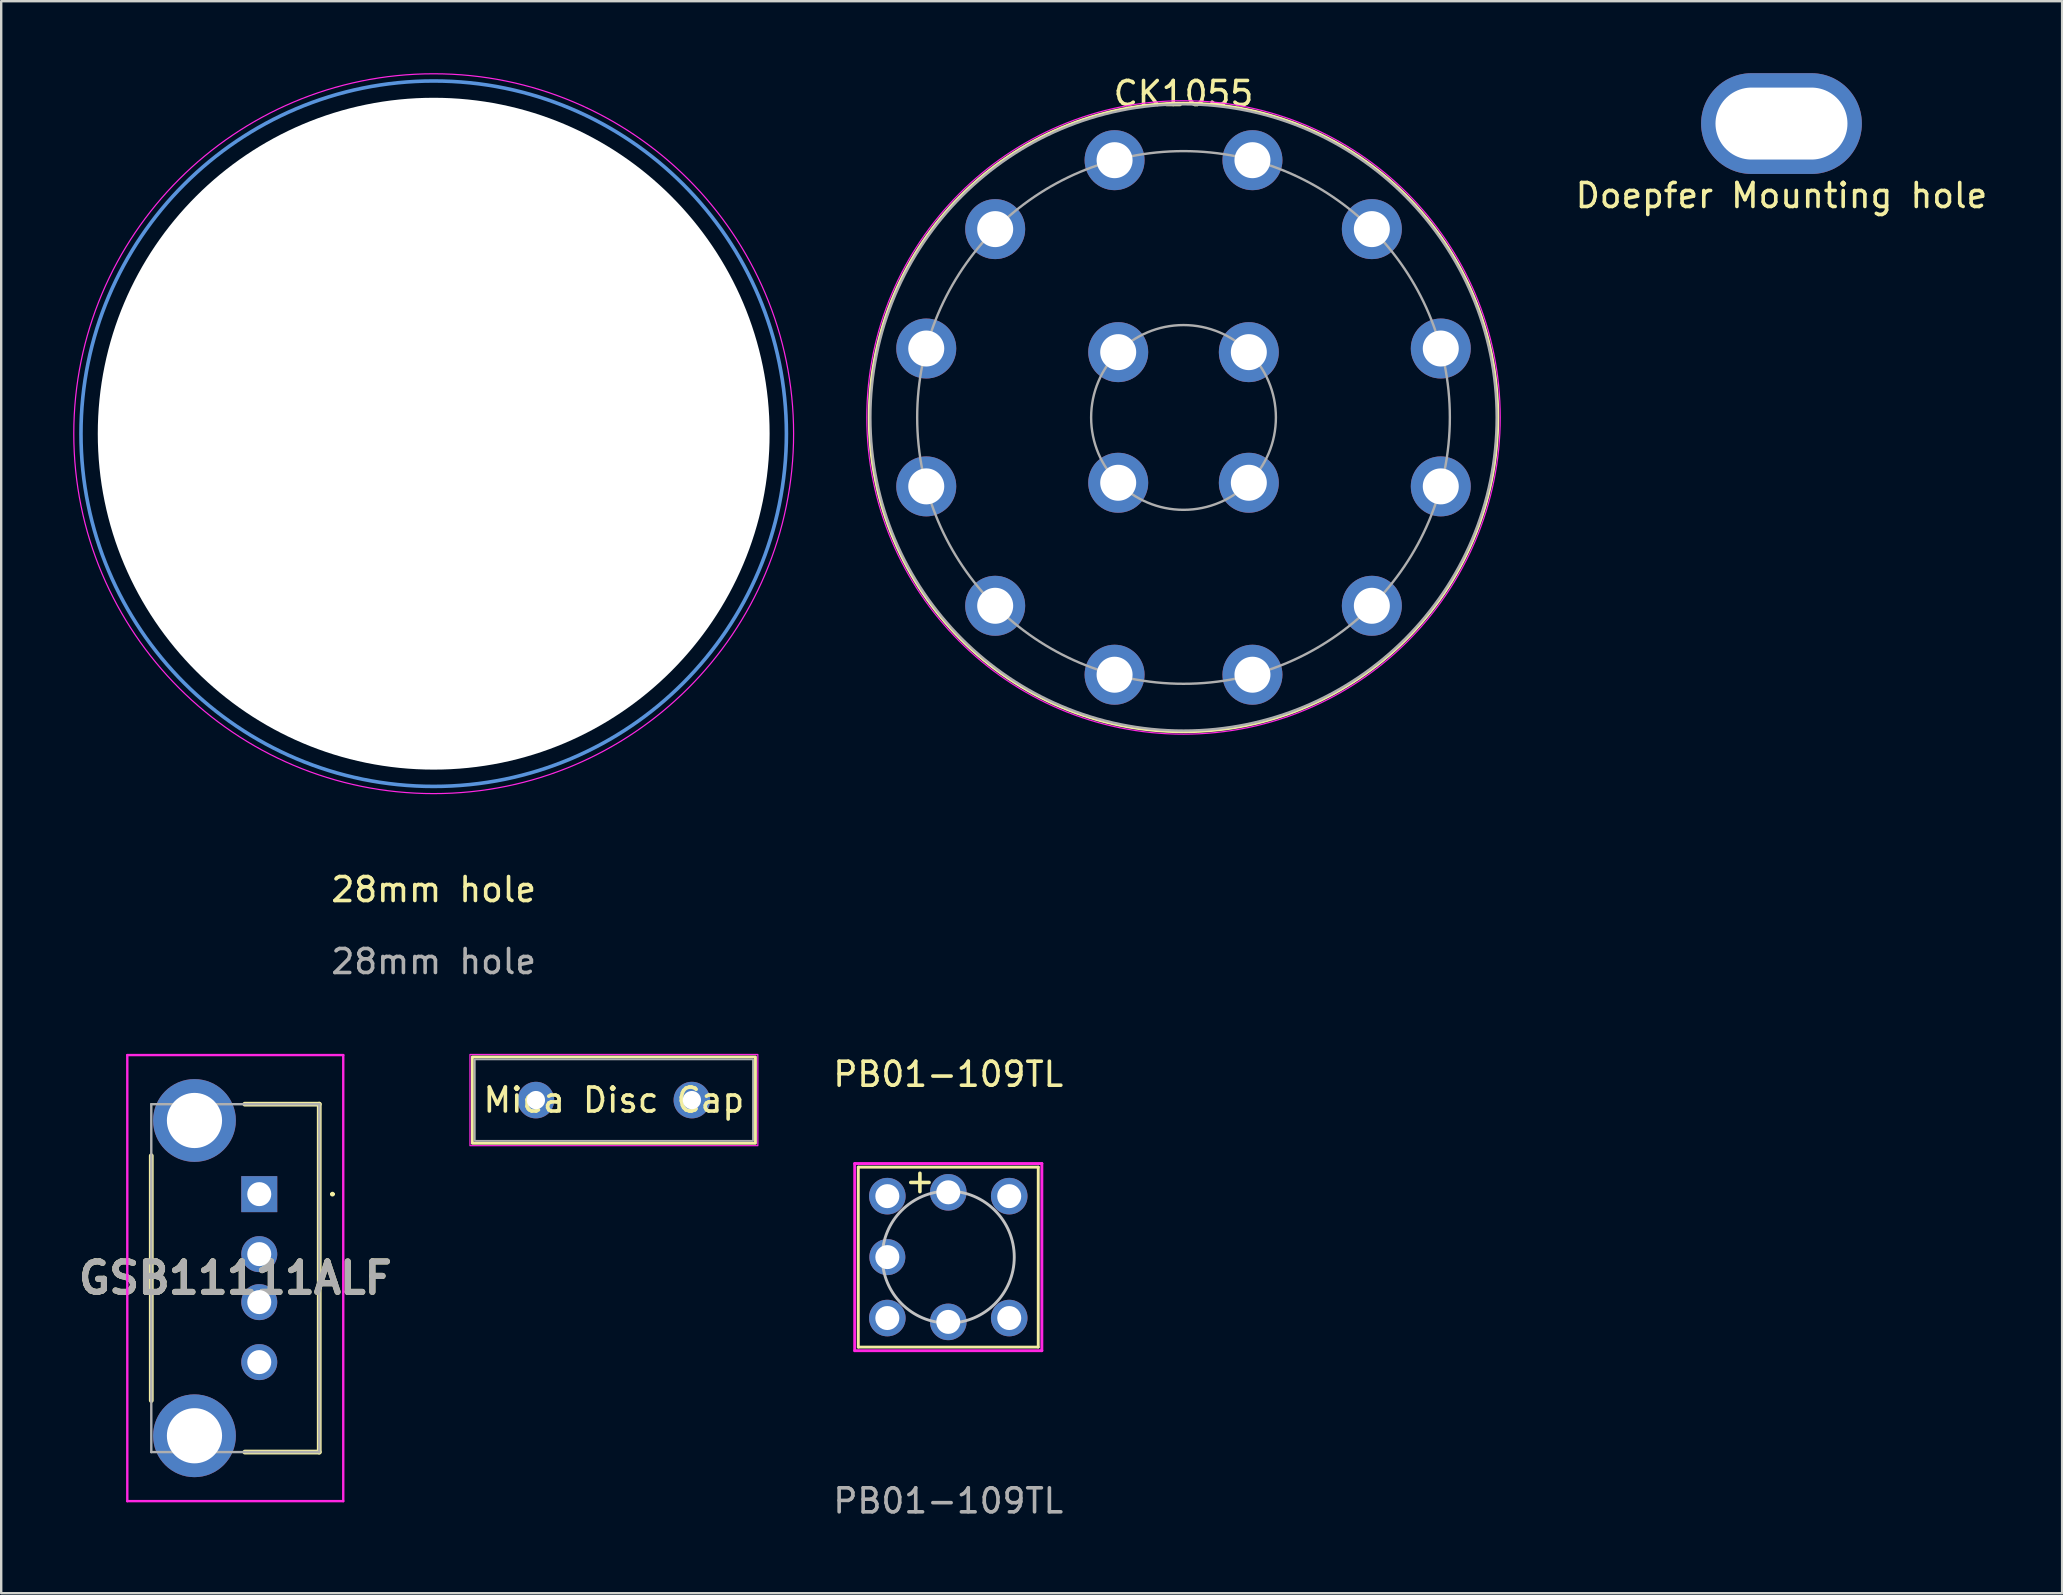
<source format=kicad_pcb>
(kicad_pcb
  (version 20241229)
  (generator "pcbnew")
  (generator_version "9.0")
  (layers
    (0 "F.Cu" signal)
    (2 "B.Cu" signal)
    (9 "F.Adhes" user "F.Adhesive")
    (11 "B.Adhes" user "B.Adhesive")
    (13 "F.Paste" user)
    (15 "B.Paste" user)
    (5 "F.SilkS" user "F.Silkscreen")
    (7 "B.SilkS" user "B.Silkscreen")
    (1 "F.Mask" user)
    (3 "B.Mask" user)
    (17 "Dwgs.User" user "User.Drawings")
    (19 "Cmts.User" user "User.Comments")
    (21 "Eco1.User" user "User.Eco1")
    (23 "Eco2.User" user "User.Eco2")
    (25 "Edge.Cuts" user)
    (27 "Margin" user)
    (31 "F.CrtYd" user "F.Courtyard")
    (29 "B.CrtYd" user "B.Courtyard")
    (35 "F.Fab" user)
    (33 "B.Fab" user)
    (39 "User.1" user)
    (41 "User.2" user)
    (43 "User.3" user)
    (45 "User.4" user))
  (footprint "28mm hole"
    (layer "F.Cu")
    (at 15.025 15.025)
    (property "Reference" "28mm hole" (at 0 19 0) (unlocked yes) (layer "F.SilkS") (effects (font (size 1 1) (thickness 0.15))))
    (attr through_hole)
    (fp_circle (center 0 0) (end 14.7 0) (stroke (width 0.15) (type solid)) (fill no) (layer "Cmts.User"))
    (fp_circle (center 0 0) (end 15 0) (stroke (width 0.05) (type solid)) (fill no) (layer "F.CrtYd"))
    (fp_text user "${REFERENCE}" (at 0 22 0) (unlocked yes) (layer "F.Fab") (effects (font (size 1 1) (thickness 0.15))))
    (pad "" np_thru_hole circle (at 0 0) (size 28 28) (drill 28.5) (layers "*.Cu" "*.Mask")))
  (footprint "Doepfer Mounting hole"
    (layer "F.Cu")
    (at 71.196 2.1)
    (property "Reference" "Doepfer Mounting hole" (at 0 3 0) (layer "F.SilkS") (effects (font (size 1 1) (thickness 0.15))))
    (attr through_hole)
    (pad "1" thru_hole oval (at 0 0) (size 6.7 4.2) (drill oval 5.5 3) (layers "*.Cu" "*.Mask")))
  (footprint "PB01-109TL"
    (layer "F.Cu")
    (at 36.471 49.342)
    (property "Reference" "PB01-109TL" (at 0 -7.62 0) (unlocked yes) (layer "F.SilkS") (effects (font (size 1 1) (thickness 0.15))))
    (attr through_hole)
    (fp_line (start -3.75 -3.75) (end 3.75 -3.75) (stroke (width 0.12) (type solid)) (layer "F.SilkS"))
    (fp_line (start -3.75 3.75) (end -3.75 -3.75) (stroke (width 0.12) (type solid)) (layer "F.SilkS"))
    (fp_line (start -3.75 3.75) (end 3.75 3.75) (stroke (width 0.12) (type solid)) (layer "F.SilkS"))
    (fp_line (start 3.75 3.75) (end 3.75 -3.75) (stroke (width 0.12) (type solid)) (layer "F.SilkS"))
    (fp_circle (center 0 0) (end 2.75 0) (stroke (width 0.12) (type solid)) (fill no) (layer "Dwgs.User"))
    (fp_line (start -3.9 3.9) (end -3.9 -3.9) (stroke (width 0.12) (type solid)) (layer "F.CrtYd"))
    (fp_line (start 3.9 -3.9) (end -3.9 -3.9) (stroke (width 0.12) (type solid)) (layer "F.CrtYd"))
    (fp_line (start 3.9 3.9) (end -3.9 3.9) (stroke (width 0.12) (type solid)) (layer "F.CrtYd"))
    (fp_line (start 3.9 3.9) (end 3.9 -3.9) (stroke (width 0.12) (type solid)) (layer "F.CrtYd"))
    (fp_text user "+" (at -1.9 -2.6 0) (unlocked yes) (layer "F.SilkS") (effects (font (size 1 1) (thickness 0.15)) (justify left bottom)))
    (fp_text user "${REFERENCE}" (at 0 10.16 0) (unlocked yes) (layer "F.Fab") (effects (font (size 1 1) (thickness 0.15))))
    (pad "" np_thru_hole circle (at -2.54 0) (size 1.5 1.5) (drill 1) (layers "*.Cu" "*.Mask"))
    (pad "1" thru_hole circle (at -2.54 2.54) (size 1.524 1.524) (drill 1) (layers "*.Cu" "*.Mask"))
    (pad "2" thru_hole circle (at -2.54 -2.54) (size 1.524 1.524) (drill 1) (layers "*.Cu" "*.Mask"))
    (pad "3" thru_hole circle (at 2.54 2.54) (size 1.524 1.524) (drill 1) (layers "*.Cu" "*.Mask"))
    (pad "4" thru_hole circle (at 2.54 -2.54) (size 1.524 1.524) (drill 1) (layers "*.Cu" "*.Mask"))
    (pad "L1" thru_hole circle (at 0 2.7) (size 1.524 1.524) (drill 1) (layers "*.Cu" "*.Mask"))
    (pad "L2" thru_hole circle (at 0 -2.7) (size 1.524 1.524) (drill 1) (layers "*.Cu" "*.Mask")))
  (footprint "GSB11111ALF"
    (layer "F.Cu")
    (at 7.755 46.718)
    (property "Reference" "GSB11111ALF" (at -1 3.5 0) (layer "F.SilkS") (effects (font (size 1.27 1.27) (thickness 0.254))))
    (attr through_hole)
    (fp_line (start -4.5 -1.6) (end -4.5 8.6) (stroke (width 0.2) (type solid)) (layer "F.SilkS"))
    (fp_line (start -0.6 -3.75) (end 2.5 -3.75) (stroke (width 0.2) (type solid)) (layer "F.SilkS"))
    (fp_line (start 2.5 -3.75) (end 2.5 10.75) (stroke (width 0.2) (type solid)) (layer "F.SilkS"))
    (fp_line (start 2.5 10.75) (end -0.6 10.75) (stroke (width 0.2) (type solid)) (layer "F.SilkS"))
    (fp_line (start 3 0) (end 3 0) (stroke (width 0.1) (type solid)) (layer "F.SilkS"))
    (fp_line (start 3.1 0) (end 3.1 0) (stroke (width 0.1) (type solid)) (layer "F.SilkS"))
    (fp_arc (start 3 0) (mid 3.05 -0.05) (end 3.1 0) (stroke (width 0.1) (type solid)) (layer "F.SilkS"))
    (fp_arc (start 3.1 0) (mid 3.05 0.05) (end 3 0) (stroke (width 0.1) (type solid)) (layer "F.SilkS"))
    (fp_line (start -5.5 -5.795) (end 3.5 -5.795) (stroke (width 0.1) (type solid)) (layer "F.CrtYd"))
    (fp_line (start -5.5 12.795) (end -5.5 -5.795) (stroke (width 0.1) (type solid)) (layer "F.CrtYd"))
    (fp_line (start 3.5 -5.795) (end 3.5 12.795) (stroke (width 0.1) (type solid)) (layer "F.CrtYd"))
    (fp_line (start 3.5 12.795) (end -5.5 12.795) (stroke (width 0.1) (type solid)) (layer "F.CrtYd"))
    (fp_line (start -4.5 -3.75) (end 2.5 -3.75) (stroke (width 0.1) (type solid)) (layer "F.Fab"))
    (fp_line (start -4.5 10.75) (end -4.5 -3.75) (stroke (width 0.1) (type solid)) (layer "F.Fab"))
    (fp_line (start 2.5 -3.75) (end 2.5 10.75) (stroke (width 0.1) (type solid)) (layer "F.Fab"))
    (fp_line (start 2.5 10.75) (end -4.5 10.75) (stroke (width 0.1) (type solid)) (layer "F.Fab"))
    (fp_text user "${REFERENCE}" (at -1 3.5 0) (layer "F.Fab") (effects (font (size 1.27 1.27) (thickness 0.254))))
    (pad "1" thru_hole rect (at 0 0) (size 1.5 1.5) (drill 1) (layers "*.Cu" "*.Mask"))
    (pad "2" thru_hole circle (at 0 2.5) (size 1.5 1.5) (drill 1) (layers "*.Cu" "*.Mask"))
    (pad "3" thru_hole circle (at 0 4.5) (size 1.5 1.5) (drill 1) (layers "*.Cu" "*.Mask"))
    (pad "4" thru_hole circle (at 0 7) (size 1.5 1.5) (drill 1) (layers "*.Cu" "*.Mask"))
    (pad "MH1" thru_hole circle (at -2.7 -3.07) (size 3.45 3.45) (drill 2.3) (layers "*.Cu" "*.Mask"))
    (pad "MH2" thru_hole circle (at -2.7 10.07) (size 3.45 3.45) (drill 2.3) (layers "*.Cu" "*.Mask")))
  (footprint "Mica Disc Cap"
    (layer "F.Cu")
    (at 22.535 42.798)
    (property "Reference" "Mica Disc Cap" (at 0 0 0) (unlocked yes) (layer "F.SilkS") (effects (font (size 1 1) (thickness 0.15))))
    (attr through_hole)
    (fp_rect (start -5.9 -1.8) (end 5.9 1.8) (stroke (width 0.12) (type default)) (fill no) (layer "F.SilkS"))
    (fp_rect (start -6 -1.9) (end 6 1.9) (stroke (width 0.05) (type default)) (fill no) (layer "F.CrtYd"))
    (fp_rect (start -5.8 -1.7) (end 5.8 1.7) (stroke (width 0.08) (type default)) (fill no) (layer "F.Fab"))
    (pad "1" thru_hole circle (at -3.25 0) (size 1.524 1.524) (drill 0.762) (layers "*.Cu" "*.Mask"))
    (pad "2" thru_hole circle (at 3.25 0) (size 1.524 1.524) (drill 0.762) (layers "*.Cu" "*.Mask")))
  (footprint "CK1055"
    (layer "F.Cu")
    (at 46.275 14.348)
    (property "Reference" "CK1055" (at 0 -13.5 180) (layer "F.SilkS") (effects (font (size 1 1) (thickness 0.15))))
    (fp_circle (center 0 0) (end 13.1 0) (stroke (width 0.12) (type default)) (fill no) (layer "F.SilkS"))
    (fp_circle (center 0 0) (end 13.2 0) (stroke (width 0.05) (type default)) (fill no) (layer "F.CrtYd"))
    (fp_circle (center 0 0) (end 3.85 0) (stroke (width 0.1) (type default)) (fill no) (layer "F.Fab"))
    (fp_circle (center 0 0) (end 11.1 0) (stroke (width 0.1) (type default)) (fill no) (layer "F.Fab"))
    (fp_circle (center 0 0) (end 13.05 0) (stroke (width 0.1) (type default)) (fill no) (layer "F.Fab"))
    (pad "1" thru_hole oval (at -2.873 10.722) (size 2.5 2.5) (drill 1.5) (layers "*.Cu" "*.Mask"))
    (pad "2" thru_hole oval (at -7.849 7.849) (size 2.5 2.5) (drill 1.5) (layers "*.Cu" "*.Mask"))
    (pad "3" thru_hole oval (at -10.722 2.873) (size 2.5 2.5) (drill 1.5) (layers "*.Cu" "*.Mask"))
    (pad "4" thru_hole oval (at -10.722 -2.873) (size 2.5 2.5) (drill 1.5) (layers "*.Cu" "*.Mask"))
    (pad "5" thru_hole oval (at -7.849 -7.849) (size 2.5 2.5) (drill 1.5) (layers "*.Cu" "*.Mask"))
    (pad "6" thru_hole oval (at -2.873 -10.722) (size 2.5 2.5) (drill 1.5) (layers "*.Cu" "*.Mask"))
    (pad "7" thru_hole oval (at 2.873 -10.722) (size 2.5 2.5) (drill 1.5) (layers "*.Cu" "*.Mask"))
    (pad "8" thru_hole oval (at 7.849 -7.849) (size 2.5 2.5) (drill 1.5) (layers "*.Cu" "*.Mask"))
    (pad "9" thru_hole oval (at 10.722 -2.873) (size 2.5 2.5) (drill 1.5) (layers "*.Cu" "*.Mask"))
    (pad "10" thru_hole oval (at 10.722 2.873) (size 2.5 2.5) (drill 1.5) (layers "*.Cu" "*.Mask"))
    (pad "11" thru_hole oval (at 7.849 7.849) (size 2.5 2.5) (drill 1.5) (layers "*.Cu" "*.Mask"))
    (pad "12" thru_hole oval (at 2.873 10.722) (size 2.5 2.5) (drill 1.5) (layers "*.Cu" "*.Mask"))
    (pad "A" thru_hole oval (at -2.722 2.722 180) (size 2.5 2.5) (drill 1.5) (layers "*.Cu" "*.Mask"))
    (pad "B" thru_hole oval (at -2.722 -2.722 90) (size 2.5 2.5) (drill 1.5) (layers "*.Cu" "*.Mask"))
    (pad "C" thru_hole oval (at 2.722 -2.722) (size 2.5 2.5) (drill 1.5) (layers "*.Cu" "*.Mask"))
    (pad "D" thru_hole oval (at 2.722 2.722 270) (size 2.5 2.5) (drill 1.5) (layers "*.Cu" "*.Mask")))
  (gr_rect
    (start -3 -3)
    (end 82.893 63.35)
    (stroke (width 0.1) (type default))
    (fill no)
    (layer "Edge.Cuts")))
</source>
